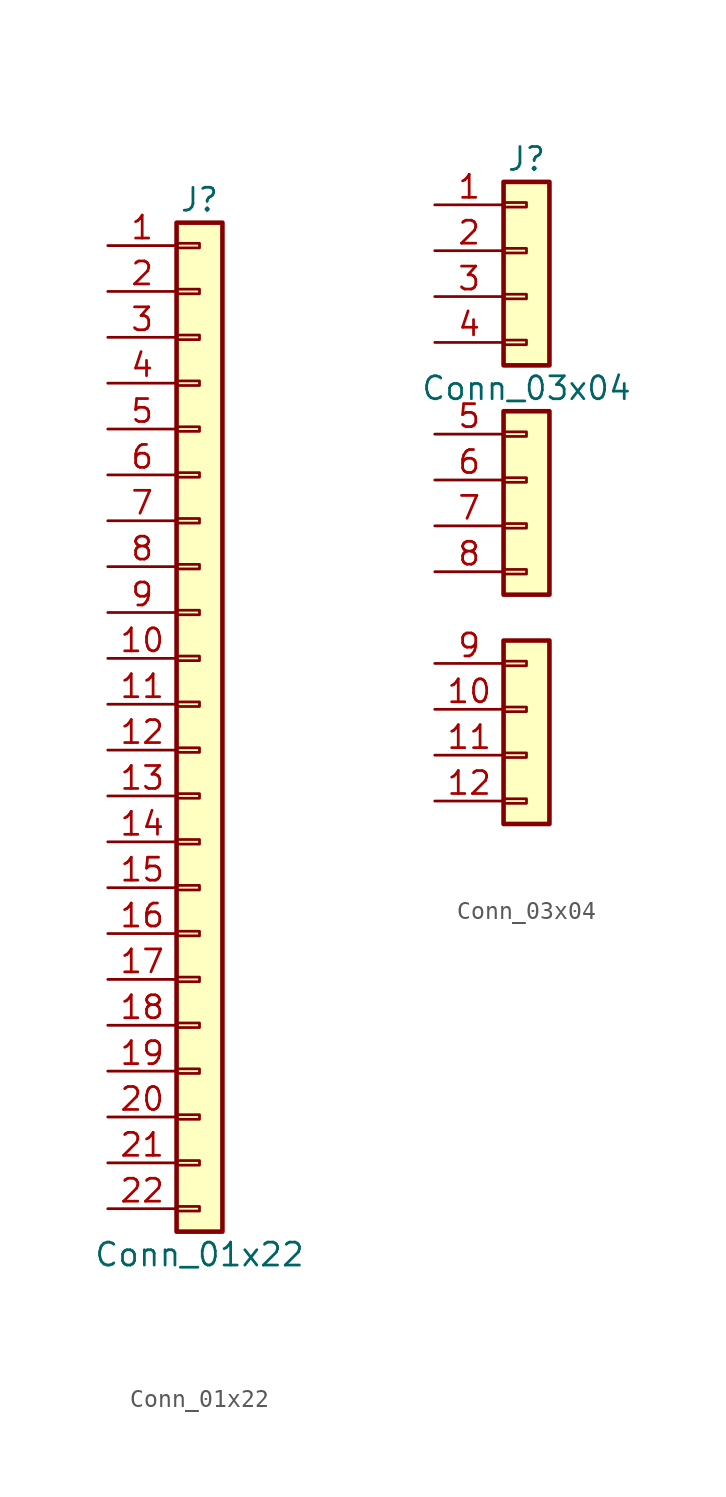
<source format=kicad_sym>
(kicad_symbol_lib
  (version 20241209)
  (generator "kicad_symbol_editor")
  (generator_version "9.0")
  (symbol "Conn_01x22"
    (pin_names
      (offset 1.016)
      (hide yes))
    (property "Reference" "J"
      (at 0 27.94 0)
      (effects (font (size 1.27 1.27))))
    (property "Value" "Conn_01x22"
      (at 0 -30.48 0)
      (effects (font (size 1.27 1.27))))
    (symbol "Conn_01x22_1_1"
      (rectangle (start -1.27 26.67) (end 1.27 -29.21) (stroke (width 0.254) (type default)) (fill (type background)))
      (rectangle (start -1.27 25.527) (end 0 25.273) (stroke (width 0.152) (type default)) (fill (type none)))
      (rectangle (start -1.27 22.987) (end 0 22.733) (stroke (width 0.152) (type default)) (fill (type none)))
      (rectangle (start -1.27 20.447) (end 0 20.193) (stroke (width 0.152) (type default)) (fill (type none)))
      (rectangle (start -1.27 17.907) (end 0 17.653) (stroke (width 0.152) (type default)) (fill (type none)))
      (rectangle (start -1.27 15.367) (end 0 15.113) (stroke (width 0.152) (type default)) (fill (type none)))
      (rectangle (start -1.27 12.827) (end 0 12.573) (stroke (width 0.152) (type default)) (fill (type none)))
      (rectangle (start -1.27 10.287) (end 0 10.033) (stroke (width 0.152) (type default)) (fill (type none)))
      (rectangle (start -1.27 7.747) (end 0 7.493) (stroke (width 0.152) (type default)) (fill (type none)))
      (rectangle (start -1.27 5.207) (end 0 4.953) (stroke (width 0.152) (type default)) (fill (type none)))
      (rectangle (start -1.27 2.667) (end 0 2.413) (stroke (width 0.152) (type default)) (fill (type none)))
      (rectangle (start -1.27 0.127) (end 0 -0.127) (stroke (width 0.152) (type default)) (fill (type none)))
      (rectangle (start -1.27 -2.413) (end 0 -2.667) (stroke (width 0.152) (type default)) (fill (type none)))
      (rectangle (start -1.27 -4.953) (end 0 -5.207) (stroke (width 0.152) (type default)) (fill (type none)))
      (rectangle (start -1.27 -7.493) (end 0 -7.747) (stroke (width 0.152) (type default)) (fill (type none)))
      (rectangle (start -1.27 -10.033) (end 0 -10.287) (stroke (width 0.152) (type default)) (fill (type none)))
      (rectangle (start -1.27 -12.573) (end 0 -12.827) (stroke (width 0.152) (type default)) (fill (type none)))
      (rectangle (start -1.27 -15.113) (end 0 -15.367) (stroke (width 0.152) (type default)) (fill (type none)))
      (rectangle (start -1.27 -17.653) (end 0 -17.907) (stroke (width 0.152) (type default)) (fill (type none)))
      (rectangle (start -1.27 -20.193) (end 0 -20.447) (stroke (width 0.152) (type default)) (fill (type none)))
      (rectangle (start -1.27 -22.733) (end 0 -22.987) (stroke (width 0.152) (type default)) (fill (type none)))
      (rectangle (start -1.27 -25.273) (end 0 -25.527) (stroke (width 0.152) (type default)) (fill (type none)))
      (rectangle (start -1.27 -27.813) (end 0 -28.067) (stroke (width 0.152) (type default)) (fill (type none)))
      (pin passive line (at -5.08 25.4 0) (length 3.81) (name "Pin_1" (effects (font (size 1.27 1.27)))) (number "1" (effects (font (size 1.27 1.27)))))
      (pin passive line (at -5.08 22.86 0) (length 3.81) (name "Pin_2" (effects (font (size 1.27 1.27)))) (number "2" (effects (font (size 1.27 1.27)))))
      (pin passive line (at -5.08 20.32 0) (length 3.81) (name "Pin_3" (effects (font (size 1.27 1.27)))) (number "3" (effects (font (size 1.27 1.27)))))
      (pin passive line (at -5.08 17.78 0) (length 3.81) (name "Pin_4" (effects (font (size 1.27 1.27)))) (number "4" (effects (font (size 1.27 1.27)))))
      (pin passive line (at -5.08 15.24 0) (length 3.81) (name "Pin_5" (effects (font (size 1.27 1.27)))) (number "5" (effects (font (size 1.27 1.27)))))
      (pin passive line (at -5.08 12.7 0) (length 3.81) (name "Pin_6" (effects (font (size 1.27 1.27)))) (number "6" (effects (font (size 1.27 1.27)))))
      (pin passive line (at -5.08 10.16 0) (length 3.81) (name "Pin_7" (effects (font (size 1.27 1.27)))) (number "7" (effects (font (size 1.27 1.27)))))
      (pin passive line (at -5.08 7.62 0) (length 3.81) (name "Pin_8" (effects (font (size 1.27 1.27)))) (number "8" (effects (font (size 1.27 1.27)))))
      (pin passive line (at -5.08 5.08 0) (length 3.81) (name "Pin_9" (effects (font (size 1.27 1.27)))) (number "9" (effects (font (size 1.27 1.27)))))
      (pin passive line (at -5.08 2.54 0) (length 3.81) (name "Pin_10" (effects (font (size 1.27 1.27)))) (number "10" (effects (font (size 1.27 1.27)))))
      (pin passive line (at -5.08 0 0) (length 3.81) (name "Pin_11" (effects (font (size 1.27 1.27)))) (number "11" (effects (font (size 1.27 1.27)))))
      (pin passive line (at -5.08 -2.54 0) (length 3.81) (name "Pin_12" (effects (font (size 1.27 1.27)))) (number "12" (effects (font (size 1.27 1.27)))))
      (pin passive line (at -5.08 -5.08 0) (length 3.81) (name "Pin_13" (effects (font (size 1.27 1.27)))) (number "13" (effects (font (size 1.27 1.27)))))
      (pin passive line (at -5.08 -7.62 0) (length 3.81) (name "Pin_14" (effects (font (size 1.27 1.27)))) (number "14" (effects (font (size 1.27 1.27)))))
      (pin passive line (at -5.08 -10.16 0) (length 3.81) (name "Pin_15" (effects (font (size 1.27 1.27)))) (number "15" (effects (font (size 1.27 1.27)))))
      (pin passive line (at -5.08 -12.7 0) (length 3.81) (name "Pin_16" (effects (font (size 1.27 1.27)))) (number "16" (effects (font (size 1.27 1.27)))))
      (pin passive line (at -5.08 -15.24 0) (length 3.81) (name "Pin_17" (effects (font (size 1.27 1.27)))) (number "17" (effects (font (size 1.27 1.27)))))
      (pin passive line (at -5.08 -17.78 0) (length 3.81) (name "Pin_18" (effects (font (size 1.27 1.27)))) (number "18" (effects (font (size 1.27 1.27)))))
      (pin passive line (at -5.08 -20.32 0) (length 3.81) (name "Pin_19" (effects (font (size 1.27 1.27)))) (number "19" (effects (font (size 1.27 1.27)))))
      (pin passive line (at -5.08 -22.86 0) (length 3.81) (name "Pin_20" (effects (font (size 1.27 1.27)))) (number "20" (effects (font (size 1.27 1.27)))))
      (pin passive line (at -5.08 -25.4 0) (length 3.81) (name "Pin_21" (effects (font (size 1.27 1.27)))) (number "21" (effects (font (size 1.27 1.27)))))
      (pin passive line (at -5.08 -27.94 0) (length 3.81) (name "Pin_22" (effects (font (size 1.27 1.27)))) (number "22" (effects (font (size 1.27 1.27)))))))
  (symbol "Conn_03x04"
    (pin_names
      (offset 1.016)
      (hide yes))
    (property "Reference" "J"
      (at 0 5.08 0)
      (effects (font (size 1.27 1.27))))
    (property "Value" "Conn_03x04"
      (at 0 -7.62 0)
      (effects (font (size 1.27 1.27))))
    (symbol "Conn_03x04_1_1"
      (rectangle (start -1.27 3.81) (end 1.27 -6.35) (stroke (width 0.254) (type default)) (fill (type background)))
      (rectangle (start -1.27 2.667) (end 0 2.413) (stroke (width 0.152) (type default)) (fill (type none)))
      (rectangle (start -1.27 0.127) (end 0 -0.127) (stroke (width 0.152) (type default)) (fill (type none)))
      (rectangle (start -1.27 -2.413) (end 0 -2.667) (stroke (width 0.152) (type default)) (fill (type none)))
      (rectangle (start -1.27 -4.953) (end 0 -5.207) (stroke (width 0.152) (type default)) (fill (type none)))
      (rectangle (start -1.27 -8.89) (end 1.27 -19.05) (stroke (width 0.254) (type default)) (fill (type background)))
      (rectangle (start -1.27 -10.033) (end 0 -10.287) (stroke (width 0.152) (type default)) (fill (type none)))
      (rectangle (start -1.27 -12.573) (end 0 -12.827) (stroke (width 0.152) (type default)) (fill (type none)))
      (rectangle (start -1.27 -15.113) (end 0 -15.367) (stroke (width 0.152) (type default)) (fill (type none)))
      (rectangle (start -1.27 -17.653) (end 0 -17.907) (stroke (width 0.152) (type default)) (fill (type none)))
      (rectangle (start -1.27 -21.59) (end 1.27 -31.75) (stroke (width 0.254) (type default)) (fill (type background)))
      (rectangle (start -1.27 -22.733) (end 0 -22.987) (stroke (width 0.152) (type default)) (fill (type none)))
      (rectangle (start -1.27 -25.273) (end 0 -25.527) (stroke (width 0.152) (type default)) (fill (type none)))
      (rectangle (start -1.27 -27.813) (end 0 -28.067) (stroke (width 0.152) (type default)) (fill (type none)))
      (rectangle (start -1.27 -30.353) (end 0 -30.607) (stroke (width 0.152) (type default)) (fill (type none)))
      (pin passive line (at -5.08 2.54 0) (length 3.81) (name "Pin_1" (effects (font (size 1.27 1.27)))) (number "1" (effects (font (size 1.27 1.27)))))
      (pin passive line (at -5.08 0 0) (length 3.81) (name "Pin_2" (effects (font (size 1.27 1.27)))) (number "2" (effects (font (size 1.27 1.27)))))
      (pin passive line (at -5.08 -2.54 0) (length 3.81) (name "Pin_3" (effects (font (size 1.27 1.27)))) (number "3" (effects (font (size 1.27 1.27)))))
      (pin passive line (at -5.08 -5.08 0) (length 3.81) (name "Pin_4" (effects (font (size 1.27 1.27)))) (number "4" (effects (font (size 1.27 1.27)))))
      (pin passive line (at -5.08 -10.16 0) (length 3.81) (name "Pin_1" (effects (font (size 1.27 1.27)))) (number "5" (effects (font (size 1.27 1.27)))))
      (pin passive line (at -5.08 -12.7 0) (length 3.81) (name "Pin_2" (effects (font (size 1.27 1.27)))) (number "6" (effects (font (size 1.27 1.27)))))
      (pin passive line (at -5.08 -15.24 0) (length 3.81) (name "Pin_3" (effects (font (size 1.27 1.27)))) (number "7" (effects (font (size 1.27 1.27)))))
      (pin passive line (at -5.08 -17.78 0) (length 3.81) (name "Pin_4" (effects (font (size 1.27 1.27)))) (number "8" (effects (font (size 1.27 1.27)))))
      (pin passive line (at -5.08 -22.86 0) (length 3.81) (name "Pin_1" (effects (font (size 1.27 1.27)))) (number "9" (effects (font (size 1.27 1.27)))))
      (pin passive line (at -5.08 -25.4 0) (length 3.81) (name "Pin_2" (effects (font (size 1.27 1.27)))) (number "10" (effects (font (size 1.27 1.27)))))
      (pin passive line (at -5.08 -27.94 0) (length 3.81) (name "Pin_3" (effects (font (size 1.27 1.27)))) (number "11" (effects (font (size 1.27 1.27)))))
      (pin passive line (at -5.08 -30.48 0) (length 3.81) (name "Pin_4" (effects (font (size 1.27 1.27)))) (number "12" (effects (font (size 1.27 1.27))))))))
</source>
